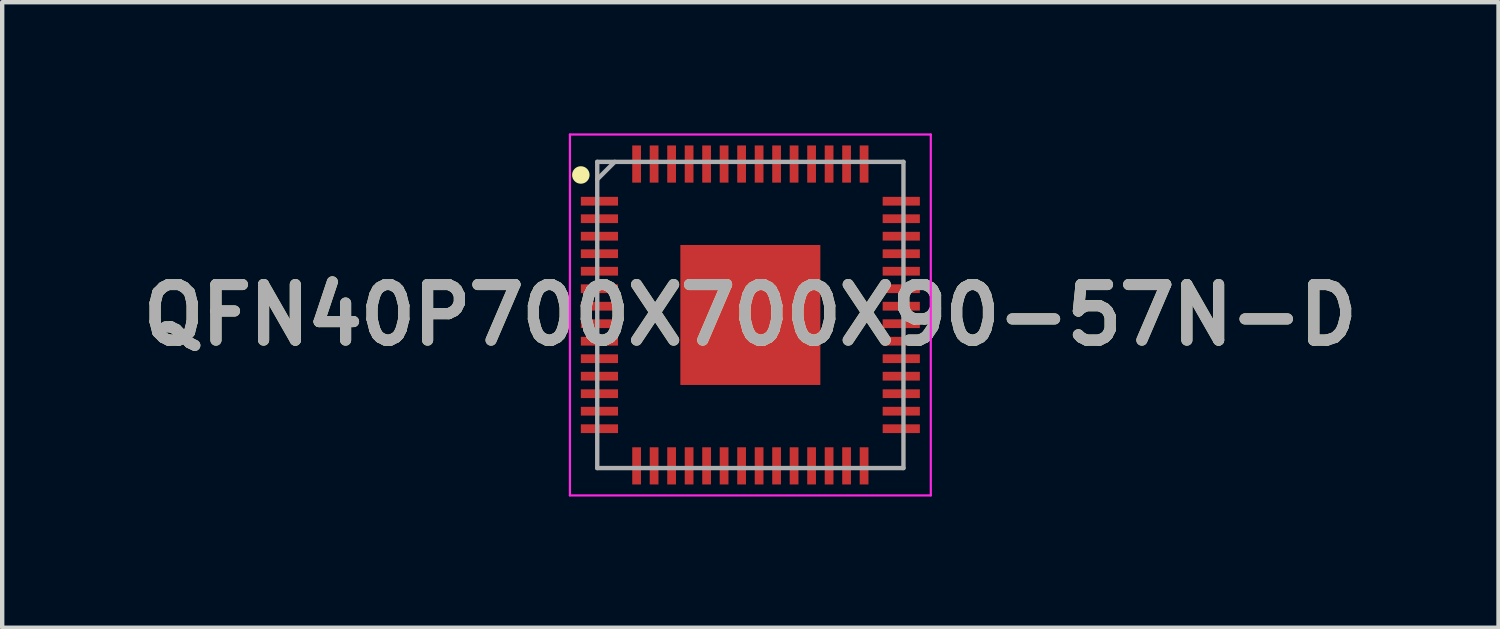
<source format=kicad_pcb>
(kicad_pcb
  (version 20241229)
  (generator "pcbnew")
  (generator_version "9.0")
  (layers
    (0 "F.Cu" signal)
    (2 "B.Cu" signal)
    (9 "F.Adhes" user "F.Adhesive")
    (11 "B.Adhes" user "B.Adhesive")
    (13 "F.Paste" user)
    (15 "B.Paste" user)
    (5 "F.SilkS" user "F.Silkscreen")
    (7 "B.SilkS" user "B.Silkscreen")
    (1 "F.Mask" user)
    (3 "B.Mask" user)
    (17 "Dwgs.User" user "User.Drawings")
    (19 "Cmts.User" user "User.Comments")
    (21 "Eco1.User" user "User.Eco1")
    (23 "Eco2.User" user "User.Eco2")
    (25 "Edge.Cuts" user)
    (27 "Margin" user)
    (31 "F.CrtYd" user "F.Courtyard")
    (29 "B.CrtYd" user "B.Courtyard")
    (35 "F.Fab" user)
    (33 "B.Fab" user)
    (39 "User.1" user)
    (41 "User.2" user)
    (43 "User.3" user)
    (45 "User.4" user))
  (footprint "QFN40P700X700X90-57N-D"
    (layer "F.Cu")
    (at 14.103 4.15)
    (property "Reference" "QFN40P700X700X90-57N-D" (at 0 0 0) (layer "F.SilkS") (effects (font (size 1.27 1.27) (thickness 0.254))))
    (attr smd)
    (fp_circle (center -3.875 -3.2) (end -3.875 -3.1) (stroke (width 0.2) (type solid)) (fill no) (layer "F.SilkS"))
    (fp_line (start -4.125 -4.125) (end 4.125 -4.125) (stroke (width 0.05) (type solid)) (layer "F.CrtYd"))
    (fp_line (start -4.125 4.125) (end -4.125 -4.125) (stroke (width 0.05) (type solid)) (layer "F.CrtYd"))
    (fp_line (start 4.125 -4.125) (end 4.125 4.125) (stroke (width 0.05) (type solid)) (layer "F.CrtYd"))
    (fp_line (start 4.125 4.125) (end -4.125 4.125) (stroke (width 0.05) (type solid)) (layer "F.CrtYd"))
    (fp_line (start -3.5 -3.5) (end 3.5 -3.5) (stroke (width 0.1) (type solid)) (layer "F.Fab"))
    (fp_line (start -3.5 -3.1) (end -3.1 -3.5) (stroke (width 0.1) (type solid)) (layer "F.Fab"))
    (fp_line (start -3.5 3.5) (end -3.5 -3.5) (stroke (width 0.1) (type solid)) (layer "F.Fab"))
    (fp_line (start 3.5 -3.5) (end 3.5 3.5) (stroke (width 0.1) (type solid)) (layer "F.Fab"))
    (fp_line (start 3.5 3.5) (end -3.5 3.5) (stroke (width 0.1) (type solid)) (layer "F.Fab"))
    (fp_text user "${REFERENCE}" (at 0 0 0) (layer "F.Fab") (effects (font (size 1.27 1.27) (thickness 0.254))))
    (pad "1" smd rect (at -3.45 -2.6 90) (size 0.2 0.85) (layers "F.Cu" "F.Mask" "F.Paste"))
    (pad "2" smd rect (at -3.45 -2.2 90) (size 0.2 0.85) (layers "F.Cu" "F.Mask" "F.Paste"))
    (pad "3" smd rect (at -3.45 -1.8 90) (size 0.2 0.85) (layers "F.Cu" "F.Mask" "F.Paste"))
    (pad "4" smd rect (at -3.45 -1.4 90) (size 0.2 0.85) (layers "F.Cu" "F.Mask" "F.Paste"))
    (pad "5" smd rect (at -3.45 -1 90) (size 0.2 0.85) (layers "F.Cu" "F.Mask" "F.Paste"))
    (pad "6" smd rect (at -3.45 -0.6 90) (size 0.2 0.85) (layers "F.Cu" "F.Mask" "F.Paste"))
    (pad "7" smd rect (at -3.45 -0.2 90) (size 0.2 0.85) (layers "F.Cu" "F.Mask" "F.Paste"))
    (pad "8" smd rect (at -3.45 0.2 90) (size 0.2 0.85) (layers "F.Cu" "F.Mask" "F.Paste"))
    (pad "9" smd rect (at -3.45 0.6 90) (size 0.2 0.85) (layers "F.Cu" "F.Mask" "F.Paste"))
    (pad "10" smd rect (at -3.45 1 90) (size 0.2 0.85) (layers "F.Cu" "F.Mask" "F.Paste"))
    (pad "11" smd rect (at -3.45 1.4 90) (size 0.2 0.85) (layers "F.Cu" "F.Mask" "F.Paste"))
    (pad "12" smd rect (at -3.45 1.8 90) (size 0.2 0.85) (layers "F.Cu" "F.Mask" "F.Paste"))
    (pad "13" smd rect (at -3.45 2.2 90) (size 0.2 0.85) (layers "F.Cu" "F.Mask" "F.Paste"))
    (pad "14" smd rect (at -3.45 2.6 90) (size 0.2 0.85) (layers "F.Cu" "F.Mask" "F.Paste"))
    (pad "15" smd rect (at -2.6 3.45) (size 0.2 0.85) (layers "F.Cu" "F.Mask" "F.Paste"))
    (pad "16" smd rect (at -2.2 3.45) (size 0.2 0.85) (layers "F.Cu" "F.Mask" "F.Paste"))
    (pad "17" smd rect (at -1.8 3.45) (size 0.2 0.85) (layers "F.Cu" "F.Mask" "F.Paste"))
    (pad "18" smd rect (at -1.4 3.45) (size 0.2 0.85) (layers "F.Cu" "F.Mask" "F.Paste"))
    (pad "19" smd rect (at -1 3.45) (size 0.2 0.85) (layers "F.Cu" "F.Mask" "F.Paste"))
    (pad "20" smd rect (at -0.6 3.45) (size 0.2 0.85) (layers "F.Cu" "F.Mask" "F.Paste"))
    (pad "21" smd rect (at -0.2 3.45) (size 0.2 0.85) (layers "F.Cu" "F.Mask" "F.Paste"))
    (pad "22" smd rect (at 0.2 3.45) (size 0.2 0.85) (layers "F.Cu" "F.Mask" "F.Paste"))
    (pad "23" smd rect (at 0.6 3.45) (size 0.2 0.85) (layers "F.Cu" "F.Mask" "F.Paste"))
    (pad "24" smd rect (at 1 3.45) (size 0.2 0.85) (layers "F.Cu" "F.Mask" "F.Paste"))
    (pad "25" smd rect (at 1.4 3.45) (size 0.2 0.85) (layers "F.Cu" "F.Mask" "F.Paste"))
    (pad "26" smd rect (at 1.8 3.45) (size 0.2 0.85) (layers "F.Cu" "F.Mask" "F.Paste"))
    (pad "27" smd rect (at 2.2 3.45) (size 0.2 0.85) (layers "F.Cu" "F.Mask" "F.Paste"))
    (pad "28" smd rect (at 2.6 3.45) (size 0.2 0.85) (layers "F.Cu" "F.Mask" "F.Paste"))
    (pad "29" smd rect (at 3.45 2.6 90) (size 0.2 0.85) (layers "F.Cu" "F.Mask" "F.Paste"))
    (pad "30" smd rect (at 3.45 2.2 90) (size 0.2 0.85) (layers "F.Cu" "F.Mask" "F.Paste"))
    (pad "31" smd rect (at 3.45 1.8 90) (size 0.2 0.85) (layers "F.Cu" "F.Mask" "F.Paste"))
    (pad "32" smd rect (at 3.45 1.4 90) (size 0.2 0.85) (layers "F.Cu" "F.Mask" "F.Paste"))
    (pad "33" smd rect (at 3.45 1 90) (size 0.2 0.85) (layers "F.Cu" "F.Mask" "F.Paste"))
    (pad "34" smd rect (at 3.45 0.6 90) (size 0.2 0.85) (layers "F.Cu" "F.Mask" "F.Paste"))
    (pad "35" smd rect (at 3.45 0.2 90) (size 0.2 0.85) (layers "F.Cu" "F.Mask" "F.Paste"))
    (pad "36" smd rect (at 3.45 -0.2 90) (size 0.2 0.85) (layers "F.Cu" "F.Mask" "F.Paste"))
    (pad "37" smd rect (at 3.45 -0.6 90) (size 0.2 0.85) (layers "F.Cu" "F.Mask" "F.Paste"))
    (pad "38" smd rect (at 3.45 -1 90) (size 0.2 0.85) (layers "F.Cu" "F.Mask" "F.Paste"))
    (pad "39" smd rect (at 3.45 -1.4 90) (size 0.2 0.85) (layers "F.Cu" "F.Mask" "F.Paste"))
    (pad "40" smd rect (at 3.45 -1.8 90) (size 0.2 0.85) (layers "F.Cu" "F.Mask" "F.Paste"))
    (pad "41" smd rect (at 3.45 -2.2 90) (size 0.2 0.85) (layers "F.Cu" "F.Mask" "F.Paste"))
    (pad "42" smd rect (at 3.45 -2.6 90) (size 0.2 0.85) (layers "F.Cu" "F.Mask" "F.Paste"))
    (pad "43" smd rect (at 2.6 -3.45) (size 0.2 0.85) (layers "F.Cu" "F.Mask" "F.Paste"))
    (pad "44" smd rect (at 2.2 -3.45) (size 0.2 0.85) (layers "F.Cu" "F.Mask" "F.Paste"))
    (pad "45" smd rect (at 1.8 -3.45) (size 0.2 0.85) (layers "F.Cu" "F.Mask" "F.Paste"))
    (pad "46" smd rect (at 1.4 -3.45) (size 0.2 0.85) (layers "F.Cu" "F.Mask" "F.Paste"))
    (pad "47" smd rect (at 1 -3.45) (size 0.2 0.85) (layers "F.Cu" "F.Mask" "F.Paste"))
    (pad "48" smd rect (at 0.6 -3.45) (size 0.2 0.85) (layers "F.Cu" "F.Mask" "F.Paste"))
    (pad "49" smd rect (at 0.2 -3.45) (size 0.2 0.85) (layers "F.Cu" "F.Mask" "F.Paste"))
    (pad "50" smd rect (at -0.2 -3.45) (size 0.2 0.85) (layers "F.Cu" "F.Mask" "F.Paste"))
    (pad "51" smd rect (at -0.6 -3.45) (size 0.2 0.85) (layers "F.Cu" "F.Mask" "F.Paste"))
    (pad "52" smd rect (at -1 -3.45) (size 0.2 0.85) (layers "F.Cu" "F.Mask" "F.Paste"))
    (pad "53" smd rect (at -1.4 -3.45) (size 0.2 0.85) (layers "F.Cu" "F.Mask" "F.Paste"))
    (pad "54" smd rect (at -1.8 -3.45) (size 0.2 0.85) (layers "F.Cu" "F.Mask" "F.Paste"))
    (pad "55" smd rect (at -2.2 -3.45) (size 0.2 0.85) (layers "F.Cu" "F.Mask" "F.Paste"))
    (pad "56" smd rect (at -2.6 -3.45) (size 0.2 0.85) (layers "F.Cu" "F.Mask" "F.Paste"))
    (pad "57" smd rect (at 0 0) (size 3.2 3.2) (layers "F.Cu" "F.Mask" "F.Paste")))
  (gr_rect
    (start -3 -3)
    (end 31.206 11.3)
    (stroke (width 0.1) (type default))
    (fill no)
    (layer "Edge.Cuts")))
</source>
